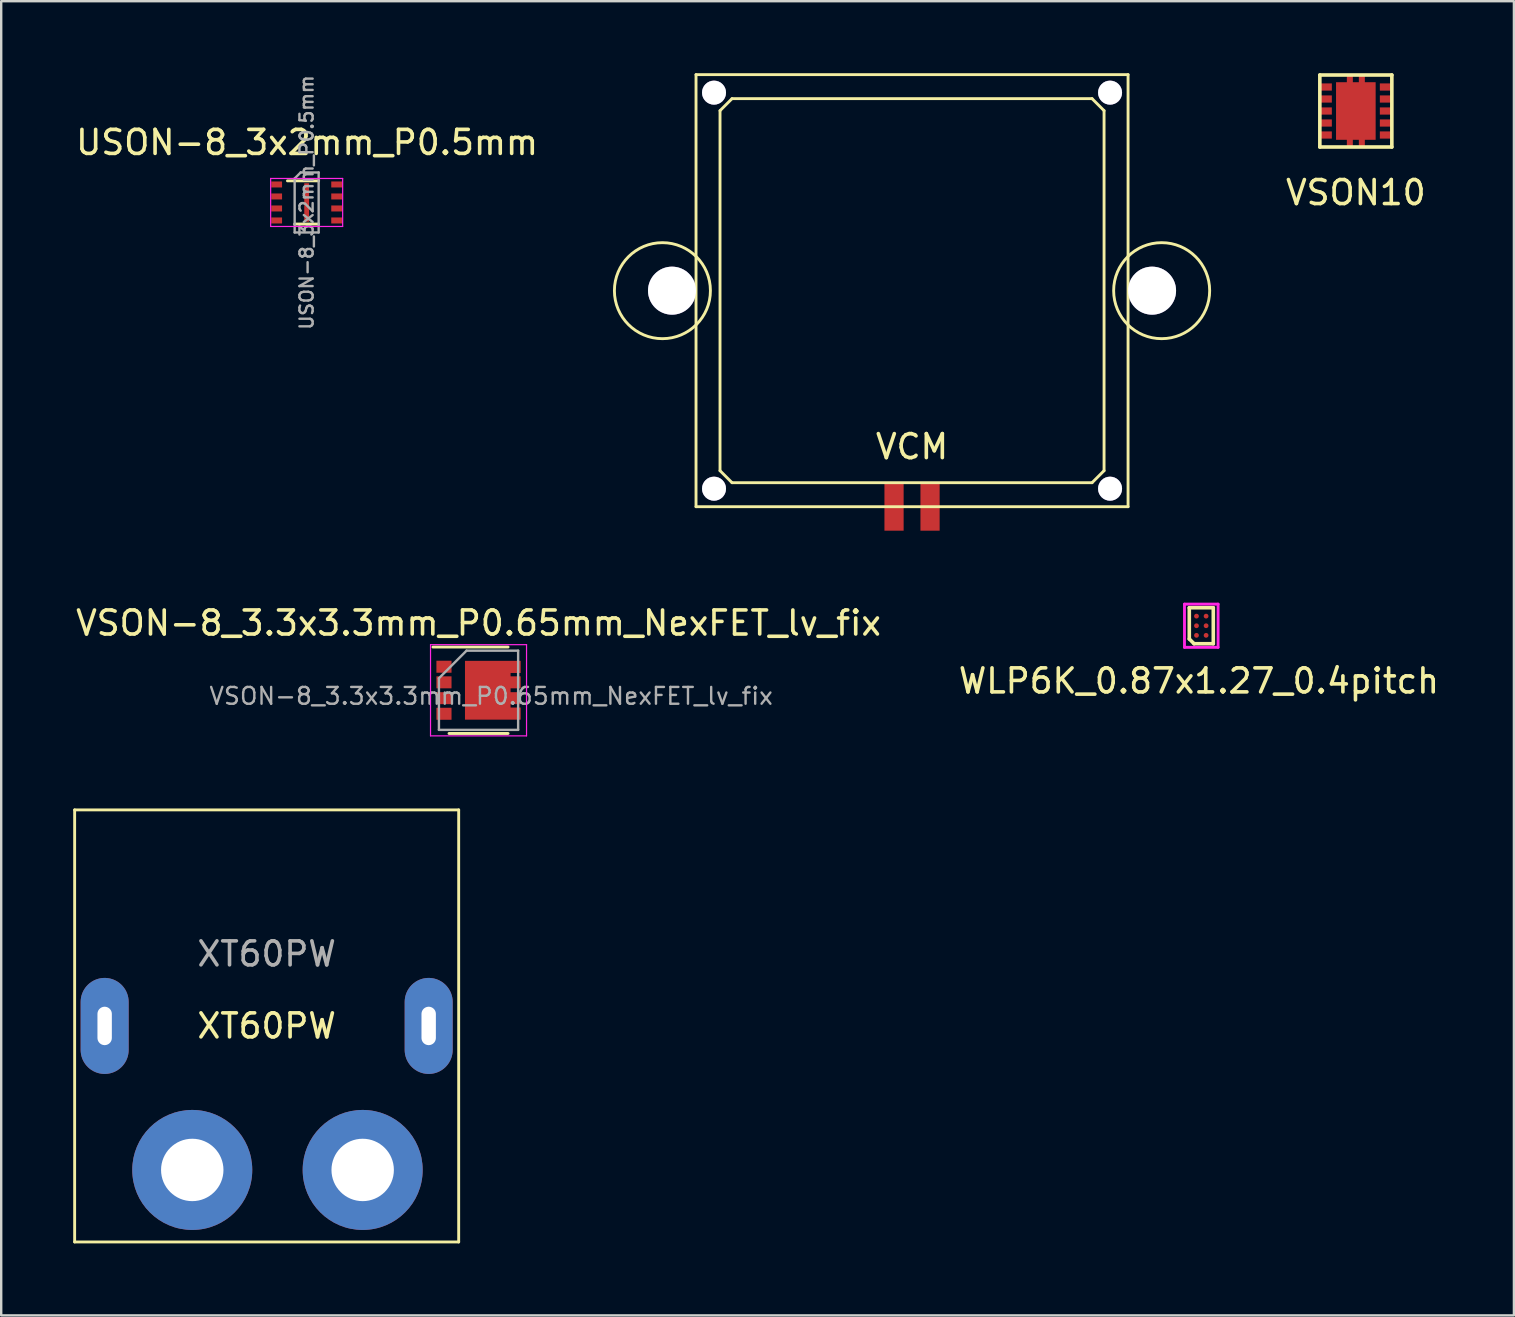
<source format=kicad_pcb>
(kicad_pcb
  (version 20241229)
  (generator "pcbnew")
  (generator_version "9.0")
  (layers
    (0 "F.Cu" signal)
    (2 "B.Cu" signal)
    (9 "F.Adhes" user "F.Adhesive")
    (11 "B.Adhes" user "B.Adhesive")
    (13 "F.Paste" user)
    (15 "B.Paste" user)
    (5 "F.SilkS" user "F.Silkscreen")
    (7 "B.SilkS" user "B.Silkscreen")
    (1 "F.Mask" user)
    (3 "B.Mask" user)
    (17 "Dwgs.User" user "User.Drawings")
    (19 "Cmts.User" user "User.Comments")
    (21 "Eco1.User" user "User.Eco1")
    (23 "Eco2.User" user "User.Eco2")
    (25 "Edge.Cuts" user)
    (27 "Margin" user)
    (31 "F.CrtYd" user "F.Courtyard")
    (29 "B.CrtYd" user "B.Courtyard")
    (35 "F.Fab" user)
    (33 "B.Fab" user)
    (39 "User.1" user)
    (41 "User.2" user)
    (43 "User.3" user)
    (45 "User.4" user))
  (footprint "VSON-8_3.3x3.3mm_P0.65mm_NexFET_lv_fix"
    (layer "F.Cu")
    (at 16.887 25.708)
    (property "Reference" "VSON-8_3.3x3.3mm_P0.65mm_NexFET_lv_fix" (at 0 -2.8 0) (layer "F.SilkS") (effects (font (size 1 1) (thickness 0.15))))
    (attr smd)
    (fp_line (start -1.9 -1.8) (end 1.23 -1.8) (stroke (width 0.12) (type solid)) (layer "F.SilkS"))
    (fp_line (start -1.23 1.8) (end 1.23 1.8) (stroke (width 0.12) (type solid)) (layer "F.SilkS"))
    (fp_line (start -2 -1.9) (end -2 1.9) (stroke (width 0.05) (type solid)) (layer "F.CrtYd"))
    (fp_line (start -2 -1.9) (end 2 -1.9) (stroke (width 0.05) (type solid)) (layer "F.CrtYd"))
    (fp_line (start -2 1.9) (end 2 1.9) (stroke (width 0.05) (type solid)) (layer "F.CrtYd"))
    (fp_line (start 2 -1.9) (end 2 1.9) (stroke (width 0.05) (type solid)) (layer "F.CrtYd"))
    (fp_line (start -1.65 -0.5) (end -0.5 -1.65) (stroke (width 0.1) (type solid)) (layer "F.Fab"))
    (fp_line (start -1.65 1.65) (end -1.65 -0.5) (stroke (width 0.1) (type solid)) (layer "F.Fab"))
    (fp_line (start -0.5 -1.65) (end 1.65 -1.65) (stroke (width 0.1) (type solid)) (layer "F.Fab"))
    (fp_line (start 1.65 -1.65) (end 1.65 1.65) (stroke (width 0.1) (type solid)) (layer "F.Fab"))
    (fp_line (start 1.65 1.65) (end -1.65 1.65) (stroke (width 0.1) (type solid)) (layer "F.Fab"))
    (fp_text user "${REFERENCE}" (at 0.526 0.242 0) (layer "F.Fab") (effects (font (size 0.7 0.7) (thickness 0.1))))
    (pad "" smd rect (at -0.09 -0.61) (size 0.57 0.738) (layers "F.Paste"))
    (pad "" smd rect (at -0.09 0.61) (size 0.57 0.738) (layers "F.Paste"))
    (pad "" smd rect (at 0.86 -0.61) (size 0.57 0.738) (layers "F.Paste"))
    (pad "" smd rect (at 0.86 0.61) (size 0.57 0.738) (layers "F.Paste"))
    (pad "" smd rect (at 1.44 -0.973) (size 0.63 0.505) (layers "F.Paste"))
    (pad "" smd rect (at 1.44 -0.33) (size 0.63 0.5) (layers "F.Paste"))
    (pad "" smd rect (at 1.44 0.33) (size 0.63 0.5) (layers "F.Paste"))
    (pad "" smd rect (at 1.44 0.973) (size 0.63 0.505) (layers "F.Paste"))
    (pad "1" smd rect (at -1.44 -0.98) (size 0.63 0.5) (layers "F.Cu" "F.Mask" "F.Paste"))
    (pad "2" smd rect (at -1.44 -0.33) (size 0.63 0.5) (layers "F.Cu" "F.Mask" "F.Paste"))
    (pad "3" smd rect (at -1.44 0.33) (size 0.63 0.5) (layers "F.Cu" "F.Mask" "F.Paste"))
    (pad "4" smd rect (at -1.44 0.98) (size 0.63 0.5) (layers "F.Cu" "F.Mask" "F.Paste"))
    (pad "5" smd custom (at 0.385 0) (size 1.9 2.45) (layers "F.Cu" "F.Mask") (options (anchor rect)) (primitives (gr_poly (pts (xy 1.371 -0.72) (xy 0.95 -0.72) (xy 0.95 -0.58) (xy 1.37 -0.58) (xy 1.37 -0.08) (xy 0.95 -0.08) (xy 0.95 0.08) (xy 1.37 0.08) (xy 1.37 0.58) (xy 0.95 0.58) (xy 0.95 0.72) (xy 1.37 0.72) (xy 1.37 1.225) (xy -0.95 1.225) (xy -0.95 -1.225) (xy 1.371 -1.225)) (width 0) (fill yes)))))
  (footprint "USON-8_3x2mm_P0.5mm"
    (layer "F.Cu")
    (at 9.726 5.385)
    (property "Reference" "USON-8_3x2mm_P0.5mm" (at 0.018 -2.5 0) (layer "F.SilkS") (effects (font (size 1 1) (thickness 0.15))))
    (attr smd)
    (fp_line (start 0.5 -0.9) (end -0.8 -0.9) (stroke (width 0.12) (type solid)) (layer "F.SilkS"))
    (fp_line (start 0.5 0.9) (end -0.5 0.9) (stroke (width 0.12) (type solid)) (layer "F.SilkS"))
    (fp_line (start -1.5 -1) (end 1.5 -1) (stroke (width 0.05) (type solid)) (layer "F.CrtYd"))
    (fp_line (start -1.5 1) (end -1.5 -1) (stroke (width 0.05) (type solid)) (layer "F.CrtYd"))
    (fp_line (start 1.5 -1) (end 1.5 1) (stroke (width 0.05) (type solid)) (layer "F.CrtYd"))
    (fp_line (start 1.5 1) (end -1.5 1) (stroke (width 0.05) (type solid)) (layer "F.CrtYd"))
    (fp_line (start -0.5 -1) (end -0.5 1.25) (stroke (width 0.1) (type solid)) (layer "F.Fab"))
    (fp_line (start -0.5 1.25) (end 0.5 1.25) (stroke (width 0.1) (type solid)) (layer "F.Fab"))
    (fp_line (start -0.25 -1.25) (end -0.5 -1) (stroke (width 0.1) (type solid)) (layer "F.Fab"))
    (fp_line (start 0.5 -1.25) (end -0.25 -1.25) (stroke (width 0.1) (type solid)) (layer "F.Fab"))
    (fp_line (start 0.5 -1.25) (end 0.5 1.25) (stroke (width 0.1) (type solid)) (layer "F.Fab"))
    (fp_text user "${REFERENCE}" (at 0 0 90) (layer "F.Fab") (effects (font (size 0.55 0.55) (thickness 0.1))))
    (pad "1" smd rect (at -1.25 -0.75) (size 0.45 0.25) (layers "F.Cu" "F.Mask" "F.Paste"))
    (pad "2" smd rect (at -1.25 -0.25) (size 0.45 0.25) (layers "F.Cu" "F.Mask" "F.Paste"))
    (pad "3" smd rect (at -1.25 0.25) (size 0.45 0.25) (layers "F.Cu" "F.Mask" "F.Paste"))
    (pad "4" smd rect (at -1.25 0.75) (size 0.45 0.25) (layers "F.Cu" "F.Mask" "F.Paste"))
    (pad "5" smd rect (at 1.25 0.75) (size 0.45 0.25) (layers "F.Cu" "F.Mask" "F.Paste"))
    (pad "6" smd rect (at 1.25 0.25) (size 0.45 0.25) (layers "F.Cu" "F.Mask" "F.Paste"))
    (pad "7" smd rect (at 1.25 -0.25) (size 0.45 0.25) (layers "F.Cu" "F.Mask" "F.Paste"))
    (pad "8" smd rect (at 1.25 -0.75) (size 0.45 0.25) (layers "F.Cu" "F.Mask" "F.Paste"))
    (pad "9" smd rect (at 0 0) (size 0.2 1.6) (layers "F.Cu" "F.Mask" "F.Paste")))
  (footprint "WLP6K_0.87x1.27_0.4pitch"
    (layer "F.Cu")
    (at 46.999 23.02)
    (property "Reference" "WLP6K_0.87x1.27_0.4pitch" (at -0.1 2.3 0) (layer "F.SilkS") (effects (font (size 1 1) (thickness 0.15))))
    (attr through_hole)
    (fp_line (start -0.5 -0.75) (end -0.5 0.55) (stroke (width 0.15) (type solid)) (layer "F.SilkS"))
    (fp_line (start -0.5 -0.75) (end 0.5 -0.75) (stroke (width 0.15) (type solid)) (layer "F.SilkS"))
    (fp_line (start -0.3 0.75) (end -0.5 0.55) (stroke (width 0.15) (type solid)) (layer "F.SilkS"))
    (fp_line (start -0.3 0.75) (end 0.5 0.75) (stroke (width 0.15) (type solid)) (layer "F.SilkS"))
    (fp_line (start 0.5 -0.75) (end 0.5 0.75) (stroke (width 0.15) (type solid)) (layer "F.SilkS"))
    (fp_line (start -0.7 -0.9) (end 0.7 -0.9) (stroke (width 0.12) (type solid)) (layer "F.CrtYd"))
    (fp_line (start -0.7 0.9) (end -0.7 -0.9) (stroke (width 0.12) (type solid)) (layer "F.CrtYd"))
    (fp_line (start 0.7 -0.9) (end 0.7 0.9) (stroke (width 0.12) (type solid)) (layer "F.CrtYd"))
    (fp_line (start 0.7 0.9) (end -0.7 0.9) (stroke (width 0.12) (type solid)) (layer "F.CrtYd"))
    (pad "1A" smd circle (at -0.2 0.4) (size 0.2 0.2) (layers "F.Cu" "F.Mask" "F.Paste"))
    (pad "1B" smd circle (at -0.2 0) (size 0.2 0.2) (layers "F.Cu" "F.Mask" "F.Paste"))
    (pad "1C" smd circle (at -0.2 -0.4) (size 0.2 0.2) (layers "F.Cu" "F.Mask" "F.Paste"))
    (pad "2A" smd circle (at 0.2 0.4) (size 0.2 0.2) (layers "F.Cu" "F.Mask" "F.Paste"))
    (pad "2B" smd circle (at 0.2 0) (size 0.2 0.2) (layers "F.Cu" "F.Mask" "F.Paste"))
    (pad "2C" smd circle (at 0.2 -0.4) (size 0.2 0.2) (layers "F.Cu" "F.Mask" "F.Paste")))
  (footprint "VCM"
    (layer "F.Cu")
    (at 34.948 9.06)
    (property "Reference" "VCM" (at 0 6.5 0) (layer "F.SilkS") (effects (font (size 1 1) (thickness 0.15))))
    (attr through_hole)
    (fp_line (start -9 -9) (end 9 -9) (stroke (width 0.12) (type solid)) (layer "F.SilkS"))
    (fp_line (start -9 9) (end -9 -9) (stroke (width 0.12) (type solid)) (layer "F.SilkS"))
    (fp_line (start -8 -7.5) (end -8 7.5) (stroke (width 0.12) (type solid)) (layer "F.SilkS"))
    (fp_line (start -8 7.5) (end -7.5 8) (stroke (width 0.12) (type solid)) (layer "F.SilkS"))
    (fp_line (start -7.5 -8) (end -8 -7.5) (stroke (width 0.12) (type solid)) (layer "F.SilkS"))
    (fp_line (start -7.5 8) (end 7.5 8) (stroke (width 0.12) (type solid)) (layer "F.SilkS"))
    (fp_line (start 7.5 -8) (end -7.5 -8) (stroke (width 0.12) (type solid)) (layer "F.SilkS"))
    (fp_line (start 7.5 8) (end 8 7.5) (stroke (width 0.12) (type solid)) (layer "F.SilkS"))
    (fp_line (start 8 -7.5) (end 7.5 -8) (stroke (width 0.12) (type solid)) (layer "F.SilkS"))
    (fp_line (start 8 7.5) (end 8 -7.5) (stroke (width 0.12) (type solid)) (layer "F.SilkS"))
    (fp_line (start 9 -9) (end 9 9) (stroke (width 0.12) (type solid)) (layer "F.SilkS"))
    (fp_line (start 9 9) (end -9 9) (stroke (width 0.12) (type solid)) (layer "F.SilkS"))
    (fp_circle (center -10.4 0) (end -8.4 0) (stroke (width 0.12) (type solid)) (fill no) (layer "F.SilkS"))
    (fp_circle (center 10.4 0) (end 12.4 0) (stroke (width 0.12) (type solid)) (fill no) (layer "F.SilkS"))
    (pad "" thru_hole circle (at -10 0) (size 2 2) (drill oval 2.8 2) (layers "*.Cu" "*.Mask"))
    (pad "" thru_hole circle (at -8.25 -8.25) (size 1 1) (drill 1) (layers "*.Cu" "*.Mask"))
    (pad "" thru_hole circle (at -8.25 8.25) (size 1 1) (drill 1) (layers "*.Cu" "*.Mask"))
    (pad "" thru_hole circle (at 8.25 -8.25) (size 1 1) (drill 1) (layers "*.Cu" "*.Mask"))
    (pad "" thru_hole circle (at 8.25 8.25) (size 1 1) (drill 1) (layers "*.Cu" "*.Mask"))
    (pad "" thru_hole circle (at 10 0) (size 2 2) (drill oval 2.8 2) (layers "*.Cu" "*.Mask"))
    (pad "1" smd rect (at 0.75 9) (size 0.8 2) (layers "F.Cu" "F.Mask" "F.Paste"))
    (pad "2" smd rect (at -0.75 9) (size 0.8 2) (layers "F.Cu" "F.Mask" "F.Paste")))
  (footprint "XT60PW"
    (layer "F.Cu")
    (at 8.06 42.693)
    (property "Reference" "XT60PW" (at 0 -3 0) (unlocked yes) (layer "F.SilkS") (effects (font (size 1 1) (thickness 0.15))))
    (attr through_hole)
    (fp_line (start -8 -12) (end 8 -12) (stroke (width 0.12) (type solid)) (layer "F.SilkS"))
    (fp_line (start -8 6) (end -8 -12) (stroke (width 0.12) (type solid)) (layer "F.SilkS"))
    (fp_line (start 8 -12) (end 8 6) (stroke (width 0.12) (type solid)) (layer "F.SilkS"))
    (fp_line (start 8 6) (end -8 6) (stroke (width 0.12) (type solid)) (layer "F.SilkS"))
    (fp_text user "${REFERENCE}" (at 0 -6 0) (unlocked yes) (layer "F.Fab") (effects (font (size 1 1) (thickness 0.15))))
    (pad "" thru_hole oval (at -6.75 -3) (size 2 4) (drill oval 0.6 1.6) (layers "*.Cu" "*.Mask"))
    (pad "" thru_hole oval (at 6.75 -3) (size 2 4) (drill oval 0.6 1.6) (layers "*.Cu" "*.Mask"))
    (pad "1" thru_hole circle (at 4 3) (size 5 5) (drill 2.6) (layers "*.Cu" "*.Mask"))
    (pad "2" thru_hole circle (at -3.1 3) (size 5 5) (drill 2.6) (layers "*.Cu" "*.Mask")))
  (footprint "VSON10"
    (layer "F.Cu")
    (at 53.438 1.575)
    (property "Reference" "VSON10" (at 0 3.4 0) (layer "F.SilkS") (effects (font (size 1 1) (thickness 0.15))))
    (attr through_hole)
    (fp_line (start -1.5 -1.5) (end 1.5 -1.5) (stroke (width 0.15) (type solid)) (layer "F.SilkS"))
    (fp_line (start -1.5 1.5) (end -1.5 -1.5) (stroke (width 0.15) (type solid)) (layer "F.SilkS"))
    (fp_line (start 1.5 -1.5) (end 1.5 1.5) (stroke (width 0.15) (type solid)) (layer "F.SilkS"))
    (fp_line (start 1.5 1.5) (end -1.5 1.5) (stroke (width 0.15) (type solid)) (layer "F.SilkS"))
    (pad "1" smd rect (at 1.25 1) (size 0.5 0.3) (layers "F.Cu" "F.Mask" "F.Paste"))
    (pad "2" smd rect (at 1.25 0.5) (size 0.5 0.3) (layers "F.Cu" "F.Mask" "F.Paste"))
    (pad "3" smd rect (at 1.25 0) (size 0.5 0.3) (layers "F.Cu" "F.Mask" "F.Paste"))
    (pad "4" smd rect (at 1.25 -0.5) (size 0.5 0.3) (layers "F.Cu" "F.Mask" "F.Paste"))
    (pad "5" smd rect (at 1.25 -1) (size 0.5 0.3) (layers "F.Cu" "F.Mask" "F.Paste"))
    (pad "6" smd rect (at -1.25 -1) (size 0.5 0.3) (layers "F.Cu" "F.Mask" "F.Paste"))
    (pad "7" smd rect (at -1.25 -0.5) (size 0.5 0.3) (layers "F.Cu" "F.Mask" "F.Paste"))
    (pad "8" smd rect (at -1.25 0) (size 0.5 0.3) (layers "F.Cu" "F.Mask" "F.Paste"))
    (pad "9" smd rect (at -1.25 0.5) (size 0.5 0.3) (layers "F.Cu" "F.Mask" "F.Paste"))
    (pad "10" smd rect (at -1.25 1) (size 0.5 0.3) (layers "F.Cu" "F.Mask" "F.Paste"))
    (pad "11" smd rect (at -0.25 -1.25) (size 0.25 0.5) (layers "F.Cu" "F.Mask" "F.Paste"))
    (pad "11" smd rect (at -0.25 1.25) (size 0.25 0.5) (layers "F.Cu" "F.Mask" "F.Paste"))
    (pad "11" smd rect (at 0 0) (size 1.65 2.4) (layers "F.Cu" "F.Mask" "F.Paste"))
    (pad "11" smd rect (at 0.25 -1.25) (size 0.25 0.5) (layers "F.Cu" "F.Mask" "F.Paste"))
    (pad "11" smd rect (at 0.25 1.25) (size 0.25 0.5) (layers "F.Cu" "F.Mask" "F.Paste")))
  (gr_rect
    (start -3 -3)
    (end 60.024 51.753)
    (stroke (width 0.1) (type default))
    (fill no)
    (layer "Edge.Cuts")))
</source>
